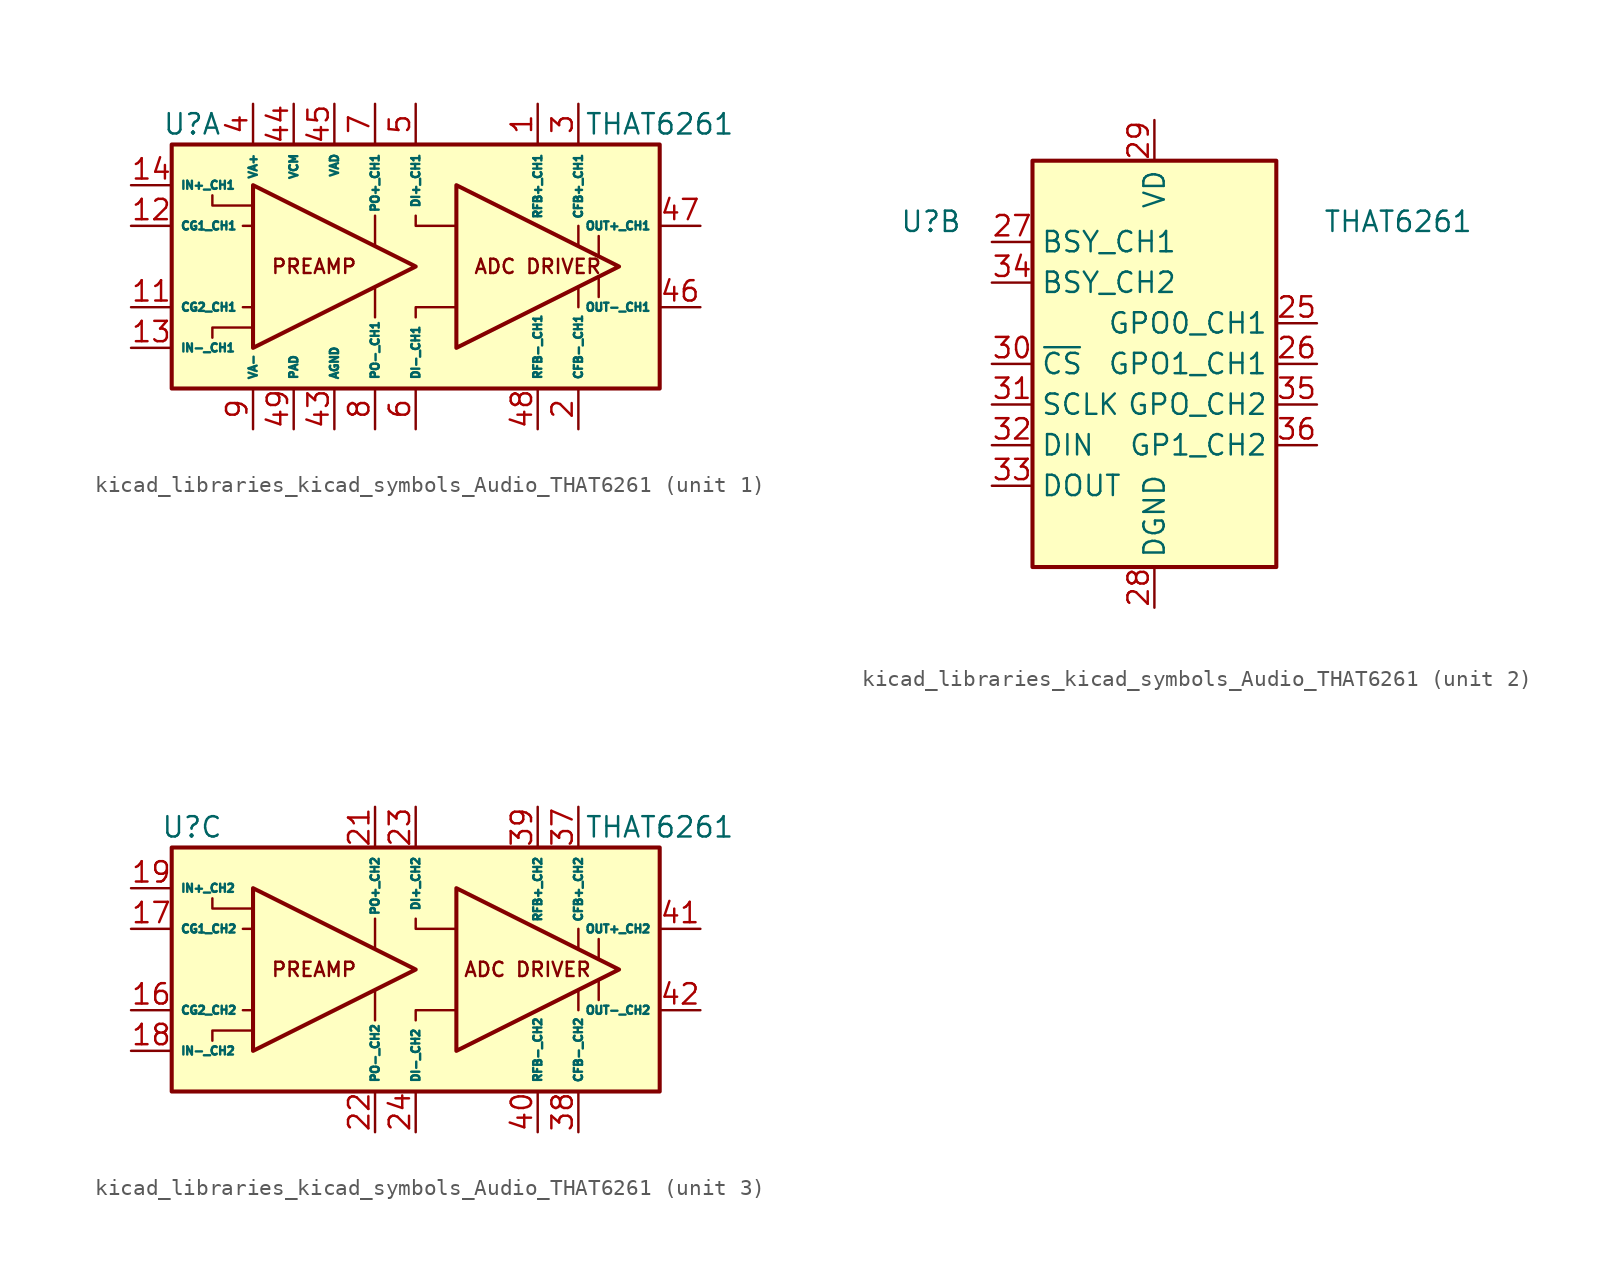
<source format=kicad_sym>
(kicad_symbol_lib
  (version 20220914)
  (generator kicad_symbol_editor)
  (symbol "kicad_libraries_kicad_symbols_Audio_THAT6261"
    (property "Reference" "U"
      (at -13.97 8.89 0)
      (effects (font (size 1.27 1.27))))
    (property "Value" "THAT6261"
      (at 15.24 8.89 0)
      (effects (font (size 1.27 1.27))))
    (property "ki_locked" ""
      (at 0 0 0)
      (effects (font (size 1.27 1.27))))
    (symbol "kicad_libraries_kicad_symbols_Audio_THAT6261_1_0"
      (polyline (pts (xy -10.795 -2.54) (xy -10.16 -2.54)) (stroke (width 0) (type default)) (fill (type none)))
      (polyline (pts (xy -10.795 2.54) (xy -10.16 2.54)) (stroke (width 0) (type default)) (fill (type none)))
      (polyline (pts (xy -2.54 -3.175) (xy -2.54 -1.27)) (stroke (width 0) (type default)) (fill (type none)))
      (polyline (pts (xy -2.54 3.175) (xy -2.54 1.27)) (stroke (width 0) (type default)) (fill (type none)))
      (polyline (pts (xy 10.16 -1.27) (xy 10.16 -2.54)) (stroke (width 0) (type default)) (fill (type none)))
      (polyline (pts (xy 10.16 2.54) (xy 10.16 1.27)) (stroke (width 0) (type default)) (fill (type none)))
      (polyline (pts (xy 11.43 -1.905) (xy 11.43 -0.635)) (stroke (width 0) (type default)) (fill (type none)))
      (polyline (pts (xy 11.43 0.635) (xy 11.43 1.905)) (stroke (width 0) (type default)) (fill (type none)))
      (polyline (pts (xy -12.7 -4.445) (xy -12.7 -3.81) (xy -10.16 -3.81)) (stroke (width 0) (type default)) (fill (type none)))
      (polyline (pts (xy 0 -3.175) (xy 0 -2.54) (xy 2.54 -2.54)) (stroke (width 0) (type default)) (fill (type none)))
      (polyline (pts (xy 0 3.175) (xy 0 2.54) (xy 2.54 2.54)) (stroke (width 0) (type default)) (fill (type none)))
      (polyline (pts (xy -12.7 4.445) (xy -12.7 3.81) (xy -10.795 3.81) (xy -10.16 3.81)) (stroke (width 0) (type default)) (fill (type none)))
      (text "ADC DRIVER" (at 7.62 0 0) (effects (font (size 0.889 0.889))))
      (text "PREAMP" (at -6.35 0 0) (effects (font (size 0.889 0.889)))))
    (symbol "kicad_libraries_kicad_symbols_Audio_THAT6261_1_1"
      (rectangle (start -15.24 7.62) (end 15.24 -7.62) (stroke (width 0.254) (type default)) (fill (type background)))
      (polyline (pts (xy 0 0) (xy -10.16 5.08) (xy -10.16 -5.08) (xy 0 0)) (stroke (width 0.254) (type default)) (fill (type background)))
      (polyline (pts (xy 2.54 -5.08) (xy 2.54 5.08) (xy 12.7 0) (xy 2.54 -5.08)) (stroke (width 0.254) (type default)) (fill (type background)))
      (pin passive line (at 7.62 10.16 270) (length 2.54) (name "RFB+_CH1" (effects (font (size 0.508 0.508)))) (number "1" (effects (font (size 1.27 1.27)))))
      (pin passive line (at -10.16 10.16 270) (length 2.54) hide (name "VA+" (effects (font (size 0.508 0.508)))) (number "10" (effects (font (size 1.27 1.27)))))
      (pin passive line (at -17.78 -2.54 0) (length 2.54) (name "CG2_CH1" (effects (font (size 0.508 0.508)))) (number "11" (effects (font (size 1.27 1.27)))))
      (pin passive line (at -17.78 2.54 0) (length 2.54) (name "CG1_CH1" (effects (font (size 0.508 0.508)))) (number "12" (effects (font (size 1.27 1.27)))))
      (pin input line (at -17.78 -5.08 0) (length 2.54) (name "IN-_CH1" (effects (font (size 0.508 0.508)))) (number "13" (effects (font (size 1.27 1.27)))))
      (pin input line (at -17.78 5.08 0) (length 2.54) (name "IN+_CH1" (effects (font (size 0.508 0.508)))) (number "14" (effects (font (size 1.27 1.27)))))
      (pin passive line (at -10.16 -10.16 90) (length 2.54) hide (name "VA-" (effects (font (size 0.508 0.508)))) (number "15" (effects (font (size 1.27 1.27)))))
      (pin passive line (at 10.16 -10.16 90) (length 2.54) (name "CFB-_CH1" (effects (font (size 0.508 0.508)))) (number "2" (effects (font (size 1.27 1.27)))))
      (pin passive line (at -10.16 -10.16 90) (length 2.54) hide (name "VA-" (effects (font (size 0.508 0.508)))) (number "20" (effects (font (size 1.27 1.27)))))
      (pin passive line (at 10.16 10.16 270) (length 2.54) (name "CFB+_CH1" (effects (font (size 0.508 0.508)))) (number "3" (effects (font (size 1.27 1.27)))))
      (pin power_in line (at -10.16 10.16 270) (length 2.54) (name "VA+" (effects (font (size 0.508 0.508)))) (number "4" (effects (font (size 1.27 1.27)))))
      (pin power_in line (at -5.08 -10.16 90) (length 2.54) (name "AGND" (effects (font (size 0.508 0.508)))) (number "43" (effects (font (size 1.27 1.27)))))
      (pin power_in line (at -7.62 10.16 270) (length 2.54) (name "VCM" (effects (font (size 0.508 0.508)))) (number "44" (effects (font (size 1.27 1.27)))))
      (pin power_in line (at -5.08 10.16 270) (length 2.54) (name "VAD" (effects (font (size 0.508 0.508)))) (number "45" (effects (font (size 1.27 1.27)))))
      (pin output line (at 17.78 -2.54 180) (length 2.54) (name "OUT-_CH1" (effects (font (size 0.508 0.508)))) (number "46" (effects (font (size 1.27 1.27)))))
      (pin output line (at 17.78 2.54 180) (length 2.54) (name "OUT+_CH1" (effects (font (size 0.508 0.508)))) (number "47" (effects (font (size 1.27 1.27)))))
      (pin passive line (at 7.62 -10.16 90) (length 2.54) (name "RFB-_CH1" (effects (font (size 0.508 0.508)))) (number "48" (effects (font (size 1.27 1.27)))))
      (pin passive line (at -7.62 -10.16 90) (length 2.54) (name "PAD" (effects (font (size 0.508 0.508)))) (number "49" (effects (font (size 1.27 1.27)))))
      (pin input line (at 0 10.16 270) (length 2.54) (name "DI+_CH1" (effects (font (size 0.508 0.508)))) (number "5" (effects (font (size 1.27 1.27)))))
      (pin input line (at 0 -10.16 90) (length 2.54) (name "DI-_CH1" (effects (font (size 0.508 0.508)))) (number "6" (effects (font (size 1.27 1.27)))))
      (pin output line (at -2.54 10.16 270) (length 2.54) (name "PO+_CH1" (effects (font (size 0.508 0.508)))) (number "7" (effects (font (size 1.27 1.27)))))
      (pin output line (at -2.54 -10.16 90) (length 2.54) (name "PO-_CH1" (effects (font (size 0.508 0.508)))) (number "8" (effects (font (size 1.27 1.27)))))
      (pin power_in line (at -10.16 -10.16 90) (length 2.54) (name "VA-" (effects (font (size 0.508 0.508)))) (number "9" (effects (font (size 1.27 1.27))))))
    (symbol "kicad_libraries_kicad_symbols_Audio_THAT6261_2_1"
      (rectangle (start -7.62 12.7) (end 7.62 -12.7) (stroke (width 0.254) (type default)) (fill (type background)))
      (pin output line (at 10.16 2.54 180) (length 2.54) (name "GPO0_CH1" (effects (font (size 1.27 1.27)))) (number "25" (effects (font (size 1.27 1.27)))))
      (pin output line (at 10.16 0 180) (length 2.54) (name "GPO1_CH1" (effects (font (size 1.27 1.27)))) (number "26" (effects (font (size 1.27 1.27)))))
      (pin output line (at -10.16 7.62 0) (length 2.54) (name "BSY_CH1" (effects (font (size 1.27 1.27)))) (number "27" (effects (font (size 1.27 1.27)))))
      (pin power_in line (at 0 -15.24 90) (length 2.54) (name "DGND" (effects (font (size 1.27 1.27)))) (number "28" (effects (font (size 1.27 1.27)))))
      (pin power_in line (at 0 15.24 270) (length 2.54) (name "VD" (effects (font (size 1.27 1.27)))) (number "29" (effects (font (size 1.27 1.27)))))
      (pin input line (at -10.16 0 0) (length 2.54) (name "~{CS}" (effects (font (size 1.27 1.27)))) (number "30" (effects (font (size 1.27 1.27)))))
      (pin input line (at -10.16 -2.54 0) (length 2.54) (name "SCLK" (effects (font (size 1.27 1.27)))) (number "31" (effects (font (size 1.27 1.27)))))
      (pin input line (at -10.16 -5.08 0) (length 2.54) (name "DIN" (effects (font (size 1.27 1.27)))) (number "32" (effects (font (size 1.27 1.27)))))
      (pin tri_state line (at -10.16 -7.62 0) (length 2.54) (name "DOUT" (effects (font (size 1.27 1.27)))) (number "33" (effects (font (size 1.27 1.27)))))
      (pin output line (at -10.16 5.08 0) (length 2.54) (name "BSY_CH2" (effects (font (size 1.27 1.27)))) (number "34" (effects (font (size 1.27 1.27)))))
      (pin output line (at 10.16 -2.54 180) (length 2.54) (name "GPO_CH2" (effects (font (size 1.27 1.27)))) (number "35" (effects (font (size 1.27 1.27)))))
      (pin output line (at 10.16 -5.08 180) (length 2.54) (name "GP1_CH2" (effects (font (size 1.27 1.27)))) (number "36" (effects (font (size 1.27 1.27))))))
    (symbol "kicad_libraries_kicad_symbols_Audio_THAT6261_3_0"
      (polyline (pts (xy -10.795 2.54) (xy -10.16 2.54)) (stroke (width 0) (type default)) (fill (type none)))
      (polyline (pts (xy -10.16 -2.54) (xy -10.795 -2.54)) (stroke (width 0) (type default)) (fill (type none)))
      (polyline (pts (xy -2.54 -3.175) (xy -2.54 -1.27)) (stroke (width 0) (type default)) (fill (type none)))
      (polyline (pts (xy -2.54 3.175) (xy -2.54 1.27)) (stroke (width 0) (type default)) (fill (type none)))
      (polyline (pts (xy 10.16 -1.27) (xy 10.16 -2.54)) (stroke (width 0) (type default)) (fill (type none)))
      (polyline (pts (xy 10.16 2.54) (xy 10.16 1.27)) (stroke (width 0) (type default)) (fill (type none)))
      (polyline (pts (xy 11.43 -0.635) (xy 11.43 -1.905)) (stroke (width 0) (type default)) (fill (type none)))
      (polyline (pts (xy 11.43 1.905) (xy 11.43 0.635)) (stroke (width 0) (type default)) (fill (type none)))
      (polyline (pts (xy -12.7 -4.445) (xy -12.7 -3.81) (xy -10.16 -3.81)) (stroke (width 0) (type default)) (fill (type none)))
      (polyline (pts (xy -12.7 4.445) (xy -12.7 3.81) (xy -10.16 3.81)) (stroke (width 0) (type default)) (fill (type none)))
      (polyline (pts (xy 0 -3.175) (xy 0 -2.54) (xy 2.54 -2.54)) (stroke (width 0) (type default)) (fill (type none)))
      (polyline (pts (xy 0 3.175) (xy 0 2.54) (xy 2.54 2.54)) (stroke (width 0) (type default)) (fill (type none)))
      (text "ADC DRIVER" (at 6.985 0 0) (effects (font (size 0.889 0.889))))
      (text "PREAMP" (at -6.35 0 0) (effects (font (size 0.889 0.889)))))
    (symbol "kicad_libraries_kicad_symbols_Audio_THAT6261_3_1"
      (rectangle (start -15.24 7.62) (end 15.24 -7.62) (stroke (width 0.254) (type default)) (fill (type background)))
      (polyline (pts (xy 0 0) (xy -10.16 5.08) (xy -10.16 -5.08) (xy 0 0)) (stroke (width 0.254) (type default)) (fill (type background)))
      (polyline (pts (xy 2.54 -5.08) (xy 2.54 5.08) (xy 12.7 0) (xy 2.54 -5.08)) (stroke (width 0.254) (type default)) (fill (type background)))
      (pin passive line (at -17.78 -2.54 0) (length 2.54) (name "CG2_CH2" (effects (font (size 0.508 0.508)))) (number "16" (effects (font (size 1.27 1.27)))))
      (pin passive line (at -17.78 2.54 0) (length 2.54) (name "CG1_CH2" (effects (font (size 0.508 0.508)))) (number "17" (effects (font (size 1.27 1.27)))))
      (pin input line (at -17.78 -5.08 0) (length 2.54) (name "IN-_CH2" (effects (font (size 0.508 0.508)))) (number "18" (effects (font (size 1.27 1.27)))))
      (pin input line (at -17.78 5.08 0) (length 2.54) (name "IN+_CH2" (effects (font (size 0.508 0.508)))) (number "19" (effects (font (size 1.27 1.27)))))
      (pin output line (at -2.54 10.16 270) (length 2.54) (name "PO+_CH2" (effects (font (size 0.508 0.508)))) (number "21" (effects (font (size 1.27 1.27)))))
      (pin output line (at -2.54 -10.16 90) (length 2.54) (name "PO-_CH2" (effects (font (size 0.508 0.508)))) (number "22" (effects (font (size 1.27 1.27)))))
      (pin input line (at 0 10.16 270) (length 2.54) (name "DI+_CH2" (effects (font (size 0.508 0.508)))) (number "23" (effects (font (size 1.27 1.27)))))
      (pin input line (at 0 -10.16 90) (length 2.54) (name "DI-_CH2" (effects (font (size 0.508 0.508)))) (number "24" (effects (font (size 1.27 1.27)))))
      (pin passive line (at 10.16 10.16 270) (length 2.54) (name "CFB+_CH2" (effects (font (size 0.508 0.508)))) (number "37" (effects (font (size 1.27 1.27)))))
      (pin passive line (at 10.16 -10.16 90) (length 2.54) (name "CFB-_CH2" (effects (font (size 0.508 0.508)))) (number "38" (effects (font (size 1.27 1.27)))))
      (pin passive line (at 7.62 10.16 270) (length 2.54) (name "RFB+_CH2" (effects (font (size 0.508 0.508)))) (number "39" (effects (font (size 1.27 1.27)))))
      (pin passive line (at 7.62 -10.16 90) (length 2.54) (name "RFB-_CH2" (effects (font (size 0.508 0.508)))) (number "40" (effects (font (size 1.27 1.27)))))
      (pin output line (at 17.78 2.54 180) (length 2.54) (name "OUT+_CH2" (effects (font (size 0.508 0.508)))) (number "41" (effects (font (size 1.27 1.27)))))
      (pin output line (at 17.78 -2.54 180) (length 2.54) (name "OUT-_CH2" (effects (font (size 0.508 0.508)))) (number "42" (effects (font (size 1.27 1.27))))))))
</source>
